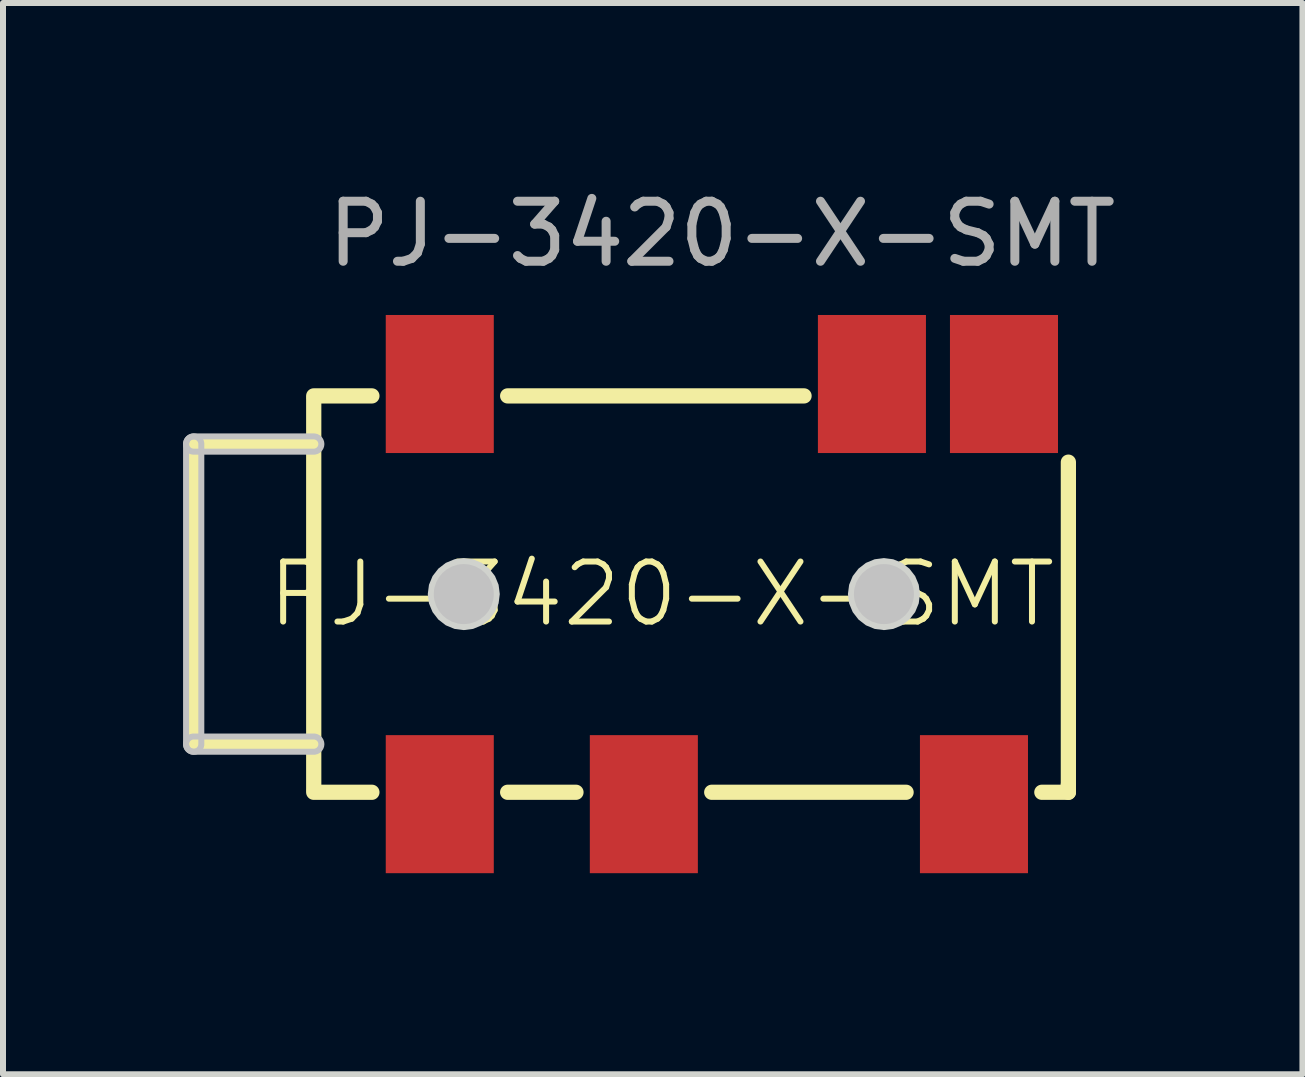
<source format=kicad_pcb>
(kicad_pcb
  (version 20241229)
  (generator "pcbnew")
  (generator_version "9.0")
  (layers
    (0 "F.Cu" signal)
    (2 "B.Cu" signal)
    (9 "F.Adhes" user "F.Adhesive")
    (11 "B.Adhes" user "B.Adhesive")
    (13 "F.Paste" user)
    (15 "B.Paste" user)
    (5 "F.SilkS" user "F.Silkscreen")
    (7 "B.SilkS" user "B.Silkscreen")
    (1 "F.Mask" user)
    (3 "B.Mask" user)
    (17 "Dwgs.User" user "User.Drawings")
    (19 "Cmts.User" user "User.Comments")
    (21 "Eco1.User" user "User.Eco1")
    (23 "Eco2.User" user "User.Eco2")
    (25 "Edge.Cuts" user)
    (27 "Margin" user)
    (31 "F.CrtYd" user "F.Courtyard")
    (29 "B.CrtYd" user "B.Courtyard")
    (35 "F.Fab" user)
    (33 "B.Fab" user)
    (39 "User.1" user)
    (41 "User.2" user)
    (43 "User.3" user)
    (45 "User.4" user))
  (footprint "PJ-3420-X-SMT"
    (layer "F.Cu")
    (at 8.977 6.848)
    (property "Reference" "PJ-3420-X-SMT" (at -1 0 0) (unlocked yes) (layer "F.SilkS") (effects (font (size 1 1) (thickness 0.1))))
    (attr smd)
    (fp_line (start -8.8 -2.5) (end -8.8 2.5) (stroke (width 0.254) (type default)) (layer "F.SilkS"))
    (fp_line (start -8.8 -2.5) (end -6.8 -2.5) (stroke (width 0.254) (type default)) (layer "F.SilkS"))
    (fp_line (start -8.8 2.5) (end -6.8 2.5) (stroke (width 0.254) (type default)) (layer "F.SilkS"))
    (fp_line (start -6.8 -3.25) (end -6.8 3.25) (stroke (width 0.254) (type default)) (layer "F.SilkS"))
    (fp_line (start -5.831 -3.302) (end -6.8 -3.302) (stroke (width 0.254) (type default)) (layer "F.SilkS"))
    (fp_line (start -5.831 3.302) (end -6.8 3.302) (stroke (width 0.254) (type default)) (layer "F.SilkS"))
    (fp_line (start -2.431 3.302) (end -3.569 3.302) (stroke (width 0.254) (type default)) (layer "F.SilkS"))
    (fp_line (start 1.369 -3.302) (end -3.569 -3.302) (stroke (width 0.254) (type default)) (layer "F.SilkS"))
    (fp_line (start 3.069 3.302) (end -0.169 3.302) (stroke (width 0.254) (type default)) (layer "F.SilkS"))
    (fp_line (start 5.773 -2.198) (end 5.773 3.175) (stroke (width 0.254) (type default)) (layer "F.SilkS"))
    (fp_line (start 5.773 3.175) (end 5.773 3.302) (stroke (width 0.254) (type default)) (layer "F.SilkS"))
    (fp_line (start 5.773 3.302) (end 5.331 3.302) (stroke (width 0.254) (type default)) (layer "F.SilkS"))
    (fp_circle (center -4.3 0) (end -4.05 0) (stroke (width 0.5) (type default)) (fill no) (layer "Dwgs.User"))
    (fp_circle (center 2.7 0) (end 2.95 0) (stroke (width 0.5) (type default)) (fill no) (layer "Dwgs.User"))
    (fp_poly (pts (arc (start -8.927 -2.5) (mid -8.8 -2.627) (end -8.673 -2.5)) (arc (start -8.673 2.5) (mid -8.8 2.627) (end -8.927 2.5))) (stroke (width 0.1) (type default)) (fill no) (layer "Dwgs.User"))
    (fp_poly (pts (arc (start -8.8 -2.373) (mid -8.927 -2.5) (end -8.8 -2.627)) (arc (start -6.8 -2.627) (mid -6.673 -2.5) (end -6.8 -2.373))) (stroke (width 0.1) (type default)) (fill no) (layer "Dwgs.User"))
    (fp_poly (pts (arc (start -8.8 2.627) (mid -8.927 2.5) (end -8.8 2.373)) (arc (start -6.8 2.373) (mid -6.673 2.5) (end -6.8 2.627))) (stroke (width 0.1) (type default)) (fill no) (layer "Dwgs.User"))
    (fp_poly (pts (xy -3.7 0) (xy -3.72 -0.155) (xy -3.78 -0.3) (xy -3.876 -0.424) (xy -4 -0.52) (xy -4.145 -0.58) (xy -4.3 -0.6) (xy -4.455 -0.58) (xy -4.6 -0.52) (xy -4.724 -0.424) (xy -4.82 -0.3) (xy -4.88 -0.155) (xy -4.9 0) (xy -4.88 0.155) (xy -4.82 0.3) (xy -4.724 0.424) (xy -4.6 0.52) (xy -4.455 0.58) (xy -4.3 0.6) (xy -4.145 0.58) (xy -4 0.52) (xy -3.876 0.424) (xy -3.78 0.3) (xy -3.72 0.155)) (stroke (width 0) (type default)) (fill yes) (layer "Edge.Cuts"))
    (fp_poly (pts (xy 3.3 0) (xy 3.28 -0.155) (xy 3.22 -0.3) (xy 3.124 -0.424) (xy 3 -0.52) (xy 2.855 -0.58) (xy 2.7 -0.6) (xy 2.545 -0.58) (xy 2.4 -0.52) (xy 2.276 -0.424) (xy 2.18 -0.3) (xy 2.12 -0.155) (xy 2.1 0) (xy 2.12 0.155) (xy 2.18 0.3) (xy 2.276 0.424) (xy 2.4 0.52) (xy 2.545 0.58) (xy 2.7 0.6) (xy 2.855 0.58) (xy 3 0.52) (xy 3.124 0.424) (xy 3.22 0.3) (xy 3.28 0.155)) (stroke (width 0) (type default)) (fill yes) (layer "Edge.Cuts"))
    (fp_poly (pts (xy -5.183 -3.148) (xy -5.183 -4.15) (xy -4.183 -4.15) (xy -4.183 -3.148)) (stroke (width 0.1) (type default)) (fill no) (layer "User.1"))
    (fp_poly (pts (xy -4.182 3.148) (xy -4.182 4.15) (xy -5.182 4.15) (xy -5.182 3.148)) (stroke (width 0.1) (type default)) (fill no) (layer "User.1"))
    (fp_poly (pts (xy -0.782 3.148) (xy -0.782 4.15) (xy -1.782 4.15) (xy -1.782 3.148)) (stroke (width 0.1) (type default)) (fill no) (layer "User.1"))
    (fp_poly (pts (xy 2.017 -3.148) (xy 2.017 -4.15) (xy 3.017 -4.15) (xy 3.017 -3.148)) (stroke (width 0.1) (type default)) (fill no) (layer "User.1"))
    (fp_poly (pts (xy 4.217 -3.148) (xy 4.217 -4.15) (xy 5.217 -4.15) (xy 5.217 -3.148)) (stroke (width 0.1) (type default)) (fill no) (layer "User.1"))
    (fp_poly (pts (xy 4.718 3.148) (xy 4.718 4.15) (xy 3.718 4.15) (xy 3.718 3.148)) (stroke (width 0.1) (type default)) (fill no) (layer "User.1"))
    (fp_line (start -8.782 -2.5) (end -6.782 -2.5) (stroke (width 0.051) (type default)) (layer "User.2"))
    (fp_line (start -8.782 2.5) (end -8.782 -2.5) (stroke (width 0.051) (type default)) (layer "User.2"))
    (fp_line (start -8.771 2.489) (end -8.782 2.5) (stroke (width 0.051) (type default)) (layer "User.2"))
    (fp_line (start -6.782 -3.15) (end 5.218 -3.15) (stroke (width 0.051) (type default)) (layer "User.2"))
    (fp_line (start -6.782 -2.5) (end -6.782 -3.15) (stroke (width 0.051) (type default)) (layer "User.2"))
    (fp_line (start -6.782 2.49) (end -8.771 2.489) (stroke (width 0.051) (type default)) (layer "User.2"))
    (fp_line (start -6.782 3.15) (end -6.782 2.49) (stroke (width 0.051) (type default)) (layer "User.2"))
    (fp_line (start 5.218 -3.15) (end 5.218 3.15) (stroke (width 0.051) (type default)) (layer "User.2"))
    (fp_line (start 5.218 3.15) (end -6.782 3.15) (stroke (width 0.051) (type default)) (layer "User.2"))
    (fp_poly (pts (xy -8.722 4.15) (xy -8.74 4.108) (xy -8.782 4.09) (xy -8.824 4.108) (xy -8.842 4.15) (xy -8.824 4.192) (xy -8.782 4.21) (xy -8.74 4.192)) (stroke (width 0.1) (type default)) (fill no) (layer "User.3"))
    (fp_text user "${REFERENCE}" (at 0 -6 0) (unlocked yes) (layer "F.Fab") (effects (font (size 1 1) (thickness 0.15))))
    (pad "G" smd rect (at -4.7 3.5 270) (size 2.3 1.8) (layers "F.Cu" "F.Mask" "F.Paste"))
    (pad "R" smd rect (at -1.3 3.5 270) (size 2.3 1.8) (layers "F.Cu" "F.Mask" "F.Paste"))
    (pad "RN" smd rect (at 4.2 3.5 270) (size 2.3 1.8) (layers "F.Cu" "F.Mask" "F.Paste"))
    (pad "S" smd rect (at -4.7 -3.5 270) (size 2.3 1.8) (layers "F.Cu" "F.Mask" "F.Paste"))
    (pad "T" smd rect (at 2.5 -3.5 270) (size 2.3 1.8) (layers "F.Cu" "F.Mask" "F.Paste"))
    (pad "TN" smd rect (at 4.7 -3.5 270) (size 2.3 1.8) (layers "F.Cu" "F.Mask" "F.Paste"))
    (zone (net_name "") (layer "Margin") (hatch none 0.5) (connect_pads) (min_thickness 0.25) (filled_areas_thickness no) (keepout (tracks allowed) (vias allowed) (pads allowed) (copperpour allowed) (footprints not_allowed)) (placement (enabled no)) (fill) (polygon (pts (xy 1.977 1.848) (xy 14.977 1.848) (xy 14.977 11.848) (xy 1.977 11.848)))))
  (gr_rect
    (start -3 -3)
    (end 18.65 14.848)
    (stroke (width 0.1) (type default))
    (fill no)
    (layer "Edge.Cuts")))
</source>
